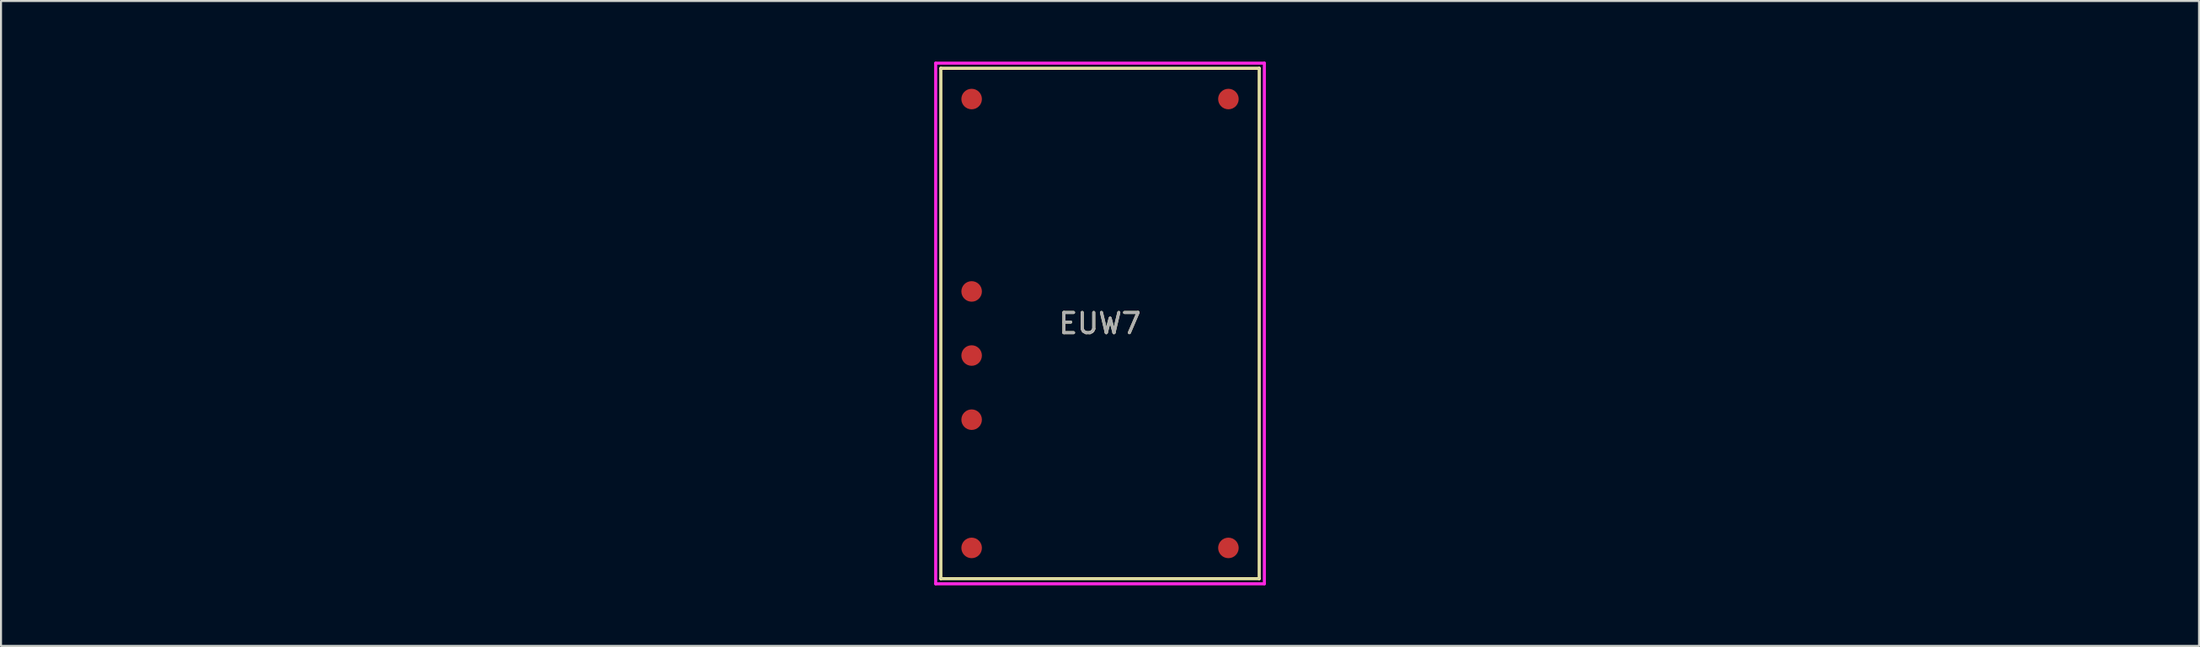
<source format=kicad_pcb>
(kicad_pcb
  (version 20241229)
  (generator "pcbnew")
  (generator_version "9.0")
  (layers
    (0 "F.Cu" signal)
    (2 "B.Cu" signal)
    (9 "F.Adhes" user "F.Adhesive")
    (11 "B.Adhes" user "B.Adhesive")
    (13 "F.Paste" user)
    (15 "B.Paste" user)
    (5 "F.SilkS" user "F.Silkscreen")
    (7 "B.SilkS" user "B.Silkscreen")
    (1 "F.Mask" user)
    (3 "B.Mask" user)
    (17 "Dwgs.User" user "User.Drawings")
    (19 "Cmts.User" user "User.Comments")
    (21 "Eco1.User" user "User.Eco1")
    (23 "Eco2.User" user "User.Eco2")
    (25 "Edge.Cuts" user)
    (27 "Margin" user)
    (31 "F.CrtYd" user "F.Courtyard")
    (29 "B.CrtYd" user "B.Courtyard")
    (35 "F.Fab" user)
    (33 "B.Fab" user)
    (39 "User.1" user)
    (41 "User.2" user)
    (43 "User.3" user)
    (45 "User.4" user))
  (footprint "EUW7"
    (layer "F.Cu")
    (at 51.358 12.967)
    (property "Reference" "EUW7" (at 0 0 0) (unlocked yes) (layer "F.SilkS") (effects (font (size 1 1) (thickness 0.15))))
    (attr smd)
    (fp_line (start -7.874 -12.636) (end -7.874 12.636) (stroke (width 0.152) (type solid)) (layer "F.SilkS"))
    (fp_line (start -7.874 12.636) (end 7.874 12.636) (stroke (width 0.152) (type solid)) (layer "F.SilkS"))
    (fp_line (start 7.874 -12.636) (end -7.874 -12.636) (stroke (width 0.152) (type solid)) (layer "F.SilkS"))
    (fp_line (start 7.874 12.636) (end 7.874 -12.636) (stroke (width 0.152) (type solid)) (layer "F.SilkS"))
    (fp_poly (pts (xy -51.308 -8.445) (xy 51.308 -8.445) (xy 51.308 8.445) (xy -51.308 8.445)) (stroke (width 0.1) (type solid)) (fill no) (layer "Eco2.User"))
    (fp_line (start -8.128 -12.89) (end 8.128 -12.89) (stroke (width 0.152) (type solid)) (layer "F.CrtYd"))
    (fp_line (start -8.128 12.89) (end -8.128 -12.89) (stroke (width 0.152) (type solid)) (layer "F.CrtYd"))
    (fp_line (start 8.128 -12.89) (end 8.128 12.89) (stroke (width 0.152) (type solid)) (layer "F.CrtYd"))
    (fp_line (start 8.128 12.89) (end -8.128 12.89) (stroke (width 0.152) (type solid)) (layer "F.CrtYd"))
    (fp_line (start -7.874 -12.636) (end -7.874 12.636) (stroke (width 0.025) (type solid)) (layer "F.Fab"))
    (fp_line (start -7.874 12.636) (end 7.874 12.636) (stroke (width 0.025) (type solid)) (layer "F.Fab"))
    (fp_line (start 7.874 -12.636) (end -7.874 -12.636) (stroke (width 0.025) (type solid)) (layer "F.Fab"))
    (fp_line (start 7.874 12.636) (end 7.874 -12.636) (stroke (width 0.025) (type solid)) (layer "F.Fab"))
    (fp_text user "${REFERENCE}" (at 0 0 0) (unlocked yes) (layer "F.Fab") (effects (font (size 1 1) (thickness 0.15))))
    (pad "1" smd circle (at 6.35 -11.113) (size 1.016 1.016) (layers "F.Cu" "F.Mask" "F.Paste"))
    (pad "2" smd circle (at -6.35 -11.113) (size 1.016 1.016) (layers "F.Cu" "F.Mask" "F.Paste"))
    (pad "3" smd circle (at -6.35 -1.587) (size 1.016 1.016) (layers "F.Cu" "F.Mask" "F.Paste"))
    (pad "4" smd circle (at -6.35 1.587) (size 1.016 1.016) (layers "F.Cu" "F.Mask" "F.Paste"))
    (pad "5" smd circle (at -6.35 4.763) (size 1.016 1.016) (layers "F.Cu" "F.Mask" "F.Paste"))
    (pad "6" smd circle (at -6.35 11.113) (size 1.016 1.016) (layers "F.Cu" "F.Mask" "F.Paste"))
    (pad "7" smd circle (at 6.35 11.113) (size 1.016 1.016) (layers "F.Cu" "F.Mask" "F.Paste")))
  (gr_rect
    (start -3 -3)
    (end 105.716 28.933)
    (stroke (width 0.1) (type default))
    (fill no)
    (layer "Edge.Cuts")))
</source>
